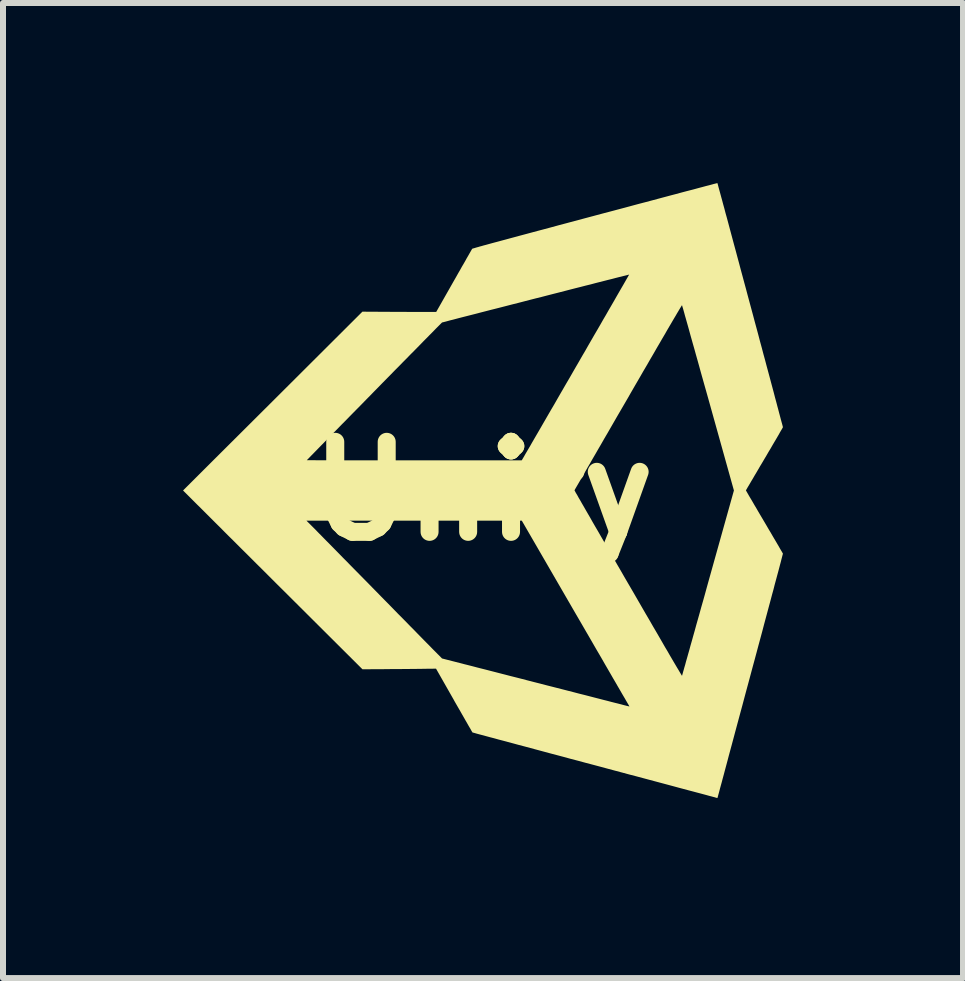
<source format=kicad_pcb>
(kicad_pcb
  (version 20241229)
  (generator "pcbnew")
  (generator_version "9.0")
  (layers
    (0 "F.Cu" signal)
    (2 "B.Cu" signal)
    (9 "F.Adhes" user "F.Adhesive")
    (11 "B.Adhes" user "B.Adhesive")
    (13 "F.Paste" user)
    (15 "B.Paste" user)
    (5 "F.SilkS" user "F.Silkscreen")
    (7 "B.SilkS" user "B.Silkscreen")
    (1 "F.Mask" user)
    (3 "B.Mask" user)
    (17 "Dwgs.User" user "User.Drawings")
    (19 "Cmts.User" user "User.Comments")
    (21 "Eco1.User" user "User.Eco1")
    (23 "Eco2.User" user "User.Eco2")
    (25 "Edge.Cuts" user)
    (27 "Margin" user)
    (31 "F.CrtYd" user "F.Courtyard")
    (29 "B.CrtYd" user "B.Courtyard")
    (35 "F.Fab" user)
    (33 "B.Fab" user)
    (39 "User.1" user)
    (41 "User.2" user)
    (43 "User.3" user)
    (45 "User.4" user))
  (footprint "Unity"
    (layer "F.Cu")
    (at 5 5.133)
    (property "Reference" "Unity" (at 0 0 0) (layer "F.SilkS") (effects (font (size 1.5 1.5) (thickness 0.3))))
    (attr board_only exclude_from_pos_files exclude_from_bom)
    (fp_poly (pts (xy 3.904 -5.128) (xy 3.908 -5.116) (xy 3.913 -5.097) (xy 3.92 -5.07) (xy 3.929 -5.037) (xy 3.94 -4.997) (xy 3.953 -4.95) (xy 3.967 -4.898) (xy 3.983 -4.84) (xy 4 -4.776) (xy 4.019 -4.708) (xy 4.038 -4.634) (xy 4.06 -4.556) (xy 4.082 -4.474) (xy 4.105 -4.388) (xy 4.129 -4.298) (xy 4.154 -4.205) (xy 4.18 -4.108) (xy 4.207 -4.009) (xy 4.234 -3.908) (xy 4.262 -3.804) (xy 4.29 -3.698) (xy 4.319 -3.591) (xy 4.348 -3.483) (xy 4.378 -3.373) (xy 4.407 -3.263) (xy 4.437 -3.152) (xy 4.467 -3.041) (xy 4.497 -2.93) (xy 4.526 -2.82) (xy 4.556 -2.71) (xy 4.585 -2.602) (xy 4.613 -2.495) (xy 4.642 -2.389) (xy 4.669 -2.286) (xy 4.697 -2.184) (xy 4.723 -2.085) (xy 4.749 -1.989) (xy 4.774 -1.896) (xy 4.798 -1.806) (xy 4.821 -1.72) (xy 4.843 -1.638) (xy 4.863 -1.56) (xy 4.883 -1.487) (xy 4.901 -1.418) (xy 4.918 -1.355) (xy 4.933 -1.297) (xy 4.947 -1.245) (xy 4.959 -1.199) (xy 4.97 -1.159) (xy 4.979 -1.126) (xy 4.986 -1.1) (xy 4.991 -1.08) (xy 4.994 -1.069) (xy 4.994 -1.065) (xy 4.992 -1.06) (xy 4.986 -1.049) (xy 4.976 -1.031) (xy 4.962 -1.008) (xy 4.945 -0.979) (xy 4.926 -0.944) (xy 4.903 -0.905) (xy 4.878 -0.862) (xy 4.85 -0.815) (xy 4.82 -0.764) (xy 4.789 -0.71) (xy 4.755 -0.654) (xy 4.721 -0.595) (xy 4.686 -0.536) (xy 4.65 -0.475) (xy 4.615 -0.417) (xy 4.582 -0.36) (xy 4.551 -0.307) (xy 4.521 -0.257) (xy 4.494 -0.21) (xy 4.468 -0.167) (xy 4.446 -0.129) (xy 4.426 -0.095) (xy 4.409 -0.067) (xy 4.396 -0.044) (xy 4.386 -0.027) (xy 4.38 -0.016) (xy 4.378 -0.013) (xy 4.38 -0.009) (xy 4.386 0.002) (xy 4.396 0.019) (xy 4.409 0.042) (xy 4.425 0.07) (xy 4.445 0.104) (xy 4.468 0.142) (xy 4.493 0.185) (xy 4.52 0.232) (xy 4.55 0.282) (xy 4.581 0.336) (xy 4.614 0.392) (xy 4.649 0.451) (xy 4.685 0.512) (xy 4.685 0.512) (xy 4.721 0.573) (xy 4.755 0.632) (xy 4.789 0.688) (xy 4.82 0.742) (xy 4.85 0.793) (xy 4.878 0.84) (xy 4.903 0.883) (xy 4.926 0.922) (xy 4.945 0.956) (xy 4.962 0.985) (xy 4.976 1.008) (xy 4.986 1.026) (xy 4.992 1.037) (xy 4.994 1.041) (xy 4.994 1.046) (xy 4.99 1.058) (xy 4.985 1.078) (xy 4.978 1.105) (xy 4.969 1.139) (xy 4.959 1.18) (xy 4.946 1.228) (xy 4.932 1.282) (xy 4.916 1.342) (xy 4.898 1.408) (xy 4.879 1.479) (xy 4.858 1.556) (xy 4.837 1.639) (xy 4.813 1.726) (xy 4.789 1.817) (xy 4.763 1.913) (xy 4.736 2.014) (xy 4.708 2.118) (xy 4.679 2.226) (xy 4.65 2.337) (xy 4.619 2.452) (xy 4.587 2.57) (xy 4.555 2.69) (xy 4.522 2.813) (xy 4.488 2.938) (xy 4.454 3.065) (xy 4.454 3.065) (xy 4.42 3.192) (xy 4.386 3.317) (xy 4.353 3.44) (xy 4.321 3.561) (xy 4.289 3.679) (xy 4.258 3.794) (xy 4.228 3.905) (xy 4.199 4.013) (xy 4.171 4.118) (xy 4.144 4.219) (xy 4.118 4.315) (xy 4.093 4.407) (xy 4.07 4.495) (xy 4.048 4.577) (xy 4.027 4.655) (xy 4.008 4.727) (xy 3.99 4.793) (xy 3.974 4.854) (xy 3.959 4.908) (xy 3.946 4.956) (xy 3.935 4.998) (xy 3.926 5.032) (xy 3.918 5.06) (xy 3.913 5.08) (xy 3.909 5.093) (xy 3.908 5.098) (xy 3.905 5.108) (xy 3.902 5.113) (xy 3.901 5.113) (xy 3.896 5.112) (xy 3.885 5.109) (xy 3.871 5.105) (xy 3.865 5.103) (xy 3.852 5.099) (xy 3.831 5.094) (xy 3.802 5.086) (xy 3.767 5.077) (xy 3.724 5.065) (xy 3.676 5.052) (xy 3.62 5.037) (xy 3.559 5.021) (xy 3.492 5.003) (xy 3.419 4.984) (xy 3.341 4.963) (xy 3.258 4.941) (xy 3.17 4.917) (xy 3.077 4.892) (xy 2.98 4.866) (xy 2.879 4.839) (xy 2.774 4.811) (xy 2.666 4.782) (xy 2.554 4.752) (xy 2.438 4.722) (xy 2.32 4.69) (xy 2.2 4.658) (xy 2.077 4.625) (xy 1.951 4.591) (xy 1.835 4.56) (xy 1.709 4.527) (xy 1.584 4.493) (xy 1.461 4.461) (xy 1.341 4.428) (xy 1.224 4.397) (xy 1.11 4.367) (xy 0.999 4.337) (xy 0.891 4.308) (xy 0.787 4.28) (xy 0.687 4.253) (xy 0.591 4.228) (xy 0.5 4.203) (xy 0.413 4.18) (xy 0.332 4.158) (xy 0.255 4.138) (xy 0.184 4.118) (xy 0.118 4.101) (xy 0.059 4.085) (xy 0.005 4.07) (xy -0.042 4.058) (xy -0.083 4.047) (xy -0.116 4.038) (xy -0.143 4.03) (xy -0.162 4.025) (xy -0.174 4.022) (xy -0.178 4.021) (xy -0.18 4.017) (xy -0.187 4.006) (xy -0.197 3.989) (xy -0.21 3.965) (xy -0.227 3.936) (xy -0.247 3.902) (xy -0.269 3.863) (xy -0.294 3.82) (xy -0.321 3.772) (xy -0.35 3.722) (xy -0.381 3.667) (xy -0.414 3.61) (xy -0.448 3.551) (xy -0.483 3.49) (xy -0.484 3.487) (xy -0.785 2.958) (xy -0.99 2.96) (xy -1.025 2.961) (xy -1.067 2.961) (xy -1.116 2.962) (xy -1.17 2.962) (xy -1.228 2.963) (xy -1.29 2.963) (xy -1.353 2.964) (xy -1.419 2.964) (xy -1.484 2.965) (xy -1.549 2.965) (xy -1.603 2.966) (xy -2.011 2.968) (xy -3.336 1.648) (xy -3.426 1.559) (xy -3.515 1.47) (xy -3.603 1.382) (xy -3.689 1.296) (xy -3.775 1.211) (xy -3.858 1.128) (xy -3.94 1.046) (xy -4.02 0.967) (xy -4.097 0.89) (xy -4.172 0.815) (xy -4.244 0.744) (xy -4.313 0.675) (xy -4.378 0.609) (xy -4.441 0.547) (xy -4.496 0.492) (xy -2.944 0.492) (xy -2.843 0.593) (xy -2.832 0.604) (xy -2.816 0.62) (xy -2.794 0.642) (xy -2.767 0.67) (xy -2.736 0.702) (xy -2.699 0.739) (xy -2.659 0.78) (xy -2.614 0.826) (xy -2.565 0.875) (xy -2.513 0.928) (xy -2.457 0.985) (xy -2.398 1.045) (xy -2.337 1.108) (xy -2.272 1.173) (xy -2.206 1.241) (xy -2.137 1.311) (xy -2.066 1.383) (xy -1.993 1.457) (xy -1.919 1.532) (xy -1.844 1.609) (xy -1.775 1.679) (xy -1.7 1.756) (xy -1.625 1.832) (xy -1.552 1.906) (xy -1.481 1.979) (xy -1.412 2.05) (xy -1.344 2.118) (xy -1.279 2.184) (xy -1.217 2.248) (xy -1.157 2.308) (xy -1.101 2.366) (xy -1.048 2.42) (xy -0.998 2.471) (xy -0.952 2.518) (xy -0.91 2.56) (xy -0.872 2.599) (xy -0.839 2.633) (xy -0.81 2.662) (xy -0.786 2.686) (xy -0.767 2.705) (xy -0.754 2.719) (xy -0.746 2.726) (xy -0.746 2.726) (xy -0.685 2.788) (xy -0.344 2.875) (xy -0.311 2.884) (xy -0.27 2.894) (xy -0.223 2.906) (xy -0.168 2.92) (xy -0.108 2.936) (xy -0.041 2.953) (xy 0.031 2.971) (xy 0.108 2.991) (xy 0.19 3.012) (xy 0.275 3.034) (xy 0.365 3.057) (xy 0.457 3.081) (xy 0.553 3.105) (xy 0.651 3.13) (xy 0.75 3.156) (xy 0.851 3.182) (xy 0.954 3.208) (xy 1.057 3.235) (xy 1.16 3.261) (xy 1.215 3.275) (xy 1.313 3.3) (xy 1.41 3.325) (xy 1.504 3.349) (xy 1.595 3.373) (xy 1.684 3.395) (xy 1.769 3.417) (xy 1.85 3.438) (xy 1.928 3.458) (xy 2.001 3.477) (xy 2.069 3.494) (xy 2.133 3.511) (xy 2.192 3.526) (xy 2.245 3.539) (xy 2.292 3.551) (xy 2.333 3.562) (xy 2.367 3.571) (xy 2.395 3.578) (xy 2.416 3.583) (xy 2.429 3.586) (xy 2.435 3.588) (xy 2.435 3.588) (xy 2.436 3.585) (xy 2.433 3.579) (xy 2.43 3.574) (xy 2.424 3.563) (xy 2.413 3.545) (xy 2.399 3.521) (xy 2.381 3.49) (xy 2.36 3.453) (xy 2.335 3.411) (xy 2.307 3.363) (xy 2.276 3.309) (xy 2.242 3.251) (xy 2.206 3.188) (xy 2.166 3.12) (xy 2.124 3.047) (xy 2.08 2.971) (xy 2.033 2.89) (xy 1.985 2.806) (xy 1.934 2.718) (xy 1.881 2.628) (xy 1.827 2.534) (xy 1.771 2.437) (xy 1.714 2.339) (xy 1.655 2.237) (xy 1.595 2.134) (xy 1.535 2.031) (xy 0.644 0.492) (xy -1.15 0.492) (xy -2.944 0.492) (xy -4.496 0.492) (xy -4.499 0.489) (xy -4.554 0.434) (xy -4.605 0.383) (xy -4.651 0.337) (xy -4.693 0.295) (xy -4.73 0.258) (xy -4.763 0.226) (xy -4.79 0.199) (xy -4.811 0.178) (xy -4.827 0.162) (xy -4.83 0.159) (xy -5 -0.011) (xy -4.997 -0.014) (xy 1.522 -0.014) (xy 1.524 -0.01) (xy 1.53 0.001) (xy 1.539 0.019) (xy 1.553 0.043) (xy 1.571 0.073) (xy 1.591 0.11) (xy 1.616 0.152) (xy 1.643 0.2) (xy 1.674 0.253) (xy 1.707 0.311) (xy 1.744 0.375) (xy 1.783 0.442) (xy 1.824 0.515) (xy 1.868 0.591) (xy 1.915 0.671) (xy 1.963 0.755) (xy 2.014 0.843) (xy 2.066 0.933) (xy 2.12 1.027) (xy 2.176 1.124) (xy 2.233 1.223) (xy 2.292 1.324) (xy 2.351 1.427) (xy 2.412 1.532) (xy 2.415 1.537) (xy 2.495 1.674) (xy 2.57 1.804) (xy 2.641 1.927) (xy 2.708 2.043) (xy 2.772 2.152) (xy 2.831 2.255) (xy 2.887 2.35) (xy 2.939 2.44) (xy 2.987 2.523) (xy 3.031 2.6) (xy 3.073 2.67) (xy 3.11 2.735) (xy 3.144 2.793) (xy 3.175 2.846) (xy 3.203 2.893) (xy 3.227 2.934) (xy 3.249 2.97) (xy 3.267 3.001) (xy 3.282 3.026) (xy 3.294 3.046) (xy 3.303 3.061) (xy 3.309 3.071) (xy 3.313 3.076) (xy 3.313 3.076) (xy 3.315 3.072) (xy 3.318 3.06) (xy 3.324 3.04) (xy 3.331 3.013) (xy 3.341 2.979) (xy 3.352 2.939) (xy 3.366 2.892) (xy 3.38 2.839) (xy 3.397 2.78) (xy 3.415 2.716) (xy 3.435 2.646) (xy 3.455 2.572) (xy 3.478 2.492) (xy 3.501 2.409) (xy 3.526 2.321) (xy 3.551 2.229) (xy 3.578 2.134) (xy 3.606 2.035) (xy 3.634 1.933) (xy 3.664 1.829) (xy 3.694 1.722) (xy 3.724 1.612) (xy 3.747 1.529) (xy 4.178 -0.011) (xy 3.748 -1.551) (xy 3.717 -1.661) (xy 3.686 -1.77) (xy 3.656 -1.877) (xy 3.627 -1.98) (xy 3.599 -2.082) (xy 3.572 -2.179) (xy 3.545 -2.274) (xy 3.52 -2.365) (xy 3.495 -2.452) (xy 3.472 -2.534) (xy 3.45 -2.612) (xy 3.43 -2.686) (xy 3.411 -2.754) (xy 3.393 -2.817) (xy 3.377 -2.874) (xy 3.362 -2.926) (xy 3.35 -2.971) (xy 3.339 -3.01) (xy 3.33 -3.042) (xy 3.322 -3.067) (xy 3.317 -3.085) (xy 3.314 -3.095) (xy 3.314 -3.098) (xy 3.312 -3.097) (xy 3.309 -3.093) (xy 3.305 -3.085) (xy 3.298 -3.075) (xy 3.289 -3.06) (xy 3.278 -3.042) (xy 3.264 -3.019) (xy 3.249 -2.993) (xy 3.23 -2.962) (xy 3.21 -2.927) (xy 3.186 -2.887) (xy 3.16 -2.843) (xy 3.131 -2.793) (xy 3.099 -2.739) (xy 3.064 -2.679) (xy 3.027 -2.614) (xy 2.985 -2.543) (xy 2.941 -2.467) (xy 2.893 -2.385) (xy 2.842 -2.296) (xy 2.787 -2.202) (xy 2.729 -2.101) (xy 2.666 -1.994) (xy 2.6 -1.879) (xy 2.53 -1.759) (xy 2.456 -1.631) (xy 2.417 -1.562) (xy 2.356 -1.457) (xy 2.296 -1.354) (xy 2.237 -1.253) (xy 2.18 -1.154) (xy 2.124 -1.057) (xy 2.07 -0.963) (xy 2.017 -0.873) (xy 1.967 -0.785) (xy 1.918 -0.701) (xy 1.872 -0.621) (xy 1.827 -0.544) (xy 1.786 -0.472) (xy 1.746 -0.404) (xy 1.71 -0.341) (xy 1.676 -0.282) (xy 1.645 -0.229) (xy 1.618 -0.181) (xy 1.593 -0.138) (xy 1.572 -0.102) (xy 1.554 -0.071) (xy 1.54 -0.047) (xy 1.53 -0.029) (xy 1.524 -0.018) (xy 1.522 -0.014) (xy 1.522 -0.014) (xy -4.997 -0.014) (xy -4.494 -0.516) (xy -2.938 -0.516) (xy -2.933 -0.516) (xy -2.921 -0.516) (xy -2.901 -0.515) (xy -2.874 -0.515) (xy -2.839 -0.515) (xy -2.797 -0.515) (xy -2.749 -0.514) (xy -2.694 -0.514) (xy -2.633 -0.514) (xy -2.566 -0.514) (xy -2.493 -0.514) (xy -2.415 -0.514) (xy -2.332 -0.513) (xy -2.244 -0.513) (xy -2.151 -0.513) (xy -2.055 -0.513) (xy -1.954 -0.513) (xy -1.849 -0.513) (xy -1.741 -0.513) (xy -1.63 -0.513) (xy -1.515 -0.513) (xy -1.399 -0.513) (xy -1.279 -0.513) (xy -1.158 -0.513) (xy -1.148 -0.513) (xy 0.642 -0.513) (xy 0.652 -0.528) (xy 0.655 -0.534) (xy 0.663 -0.547) (xy 0.674 -0.566) (xy 0.689 -0.592) (xy 0.707 -0.624) (xy 0.729 -0.661) (xy 0.754 -0.704) (xy 0.782 -0.751) (xy 0.812 -0.804) (xy 0.845 -0.861) (xy 0.881 -0.923) (xy 0.919 -0.988) (xy 0.959 -1.057) (xy 1.001 -1.13) (xy 1.045 -1.206) (xy 1.09 -1.284) (xy 1.137 -1.365) (xy 1.186 -1.448) (xy 1.235 -1.534) (xy 1.285 -1.621) (xy 1.336 -1.709) (xy 1.388 -1.799) (xy 1.441 -1.889) (xy 1.493 -1.98) (xy 1.546 -2.072) (xy 1.599 -2.163) (xy 1.651 -2.254) (xy 1.704 -2.344) (xy 1.755 -2.434) (xy 1.806 -2.522) (xy 1.856 -2.609) (xy 1.906 -2.694) (xy 1.954 -2.777) (xy 2 -2.858) (xy 2.046 -2.936) (xy 2.089 -3.012) (xy 2.131 -3.084) (xy 2.171 -3.153) (xy 2.208 -3.218) (xy 2.243 -3.279) (xy 2.276 -3.336) (xy 2.306 -3.388) (xy 2.334 -3.436) (xy 2.358 -3.478) (xy 2.379 -3.515) (xy 2.397 -3.546) (xy 2.411 -3.571) (xy 2.422 -3.59) (xy 2.429 -3.602) (xy 2.432 -3.607) (xy 2.432 -3.608) (xy 2.428 -3.607) (xy 2.416 -3.604) (xy 2.397 -3.599) (xy 2.37 -3.592) (xy 2.337 -3.584) (xy 2.298 -3.574) (xy 2.252 -3.563) (xy 2.201 -3.55) (xy 2.145 -3.535) (xy 2.083 -3.52) (xy 2.017 -3.503) (xy 1.946 -3.485) (xy 1.871 -3.466) (xy 1.793 -3.445) (xy 1.711 -3.425) (xy 1.626 -3.403) (xy 1.538 -3.381) (xy 1.448 -3.358) (xy 1.356 -3.334) (xy 1.263 -3.31) (xy 1.168 -3.286) (xy 1.071 -3.261) (xy 0.975 -3.236) (xy 0.878 -3.212) (xy 0.78 -3.187) (xy 0.684 -3.162) (xy 0.588 -3.137) (xy 0.492 -3.113) (xy 0.399 -3.089) (xy 0.306 -3.065) (xy 0.216 -3.042) (xy 0.128 -3.02) (xy 0.043 -2.998) (xy -0.039 -2.977) (xy -0.118 -2.956) (xy -0.193 -2.937) (xy -0.264 -2.919) (xy -0.331 -2.902) (xy -0.393 -2.886) (xy -0.45 -2.871) (xy -0.502 -2.857) (xy -0.548 -2.846) (xy -0.588 -2.835) (xy -0.621 -2.826) (xy -0.648 -2.819) (xy -0.668 -2.814) (xy -0.681 -2.811) (xy -0.686 -2.809) (xy -0.686 -2.809) (xy -0.689 -2.806) (xy -0.698 -2.797) (xy -0.712 -2.783) (xy -0.732 -2.763) (xy -0.756 -2.739) (xy -0.785 -2.71) (xy -0.818 -2.676) (xy -0.855 -2.638) (xy -0.897 -2.596) (xy -0.941 -2.551) (xy -0.99 -2.502) (xy -1.041 -2.449) (xy -1.095 -2.394) (xy -1.152 -2.336) (xy -1.212 -2.276) (xy -1.273 -2.213) (xy -1.337 -2.149) (xy -1.402 -2.082) (xy -1.469 -2.015) (xy -1.536 -1.946) (xy -1.605 -1.876) (xy -1.675 -1.805) (xy -1.745 -1.733) (xy -1.815 -1.662) (xy -1.885 -1.59) (xy -1.955 -1.519) (xy -2.024 -1.448) (xy -2.093 -1.378) (xy -2.161 -1.309) (xy -2.227 -1.242) (xy -2.292 -1.175) (xy -2.356 -1.111) (xy -2.417 -1.048) (xy -2.476 -0.988) (xy -2.533 -0.93) (xy -2.587 -0.875) (xy -2.638 -0.823) (xy -2.686 -0.774) (xy -2.731 -0.728) (xy -2.771 -0.687) (xy -2.808 -0.649) (xy -2.841 -0.615) (xy -2.87 -0.586) (xy -2.893 -0.562) (xy -2.912 -0.542) (xy -2.926 -0.528) (xy -2.935 -0.519) (xy -2.938 -0.516) (xy -4.494 -0.516) (xy -3.506 -1.5) (xy -2.012 -2.99) (xy -1.653 -2.988) (xy -1.591 -2.988) (xy -1.525 -2.987) (xy -1.457 -2.987) (xy -1.389 -2.987) (xy -1.32 -2.987) (xy -1.254 -2.986) (xy -1.191 -2.986) (xy -1.132 -2.986) (xy -1.079 -2.986) (xy -1.038 -2.986) (xy -0.782 -2.986) (xy -0.486 -3.507) (xy -0.451 -3.568) (xy -0.418 -3.627) (xy -0.385 -3.684) (xy -0.355 -3.738) (xy -0.325 -3.789) (xy -0.298 -3.836) (xy -0.274 -3.88) (xy -0.251 -3.919) (xy -0.232 -3.953) (xy -0.215 -3.982) (xy -0.202 -4.005) (xy -0.192 -4.022) (xy -0.186 -4.033) (xy -0.183 -4.037) (xy -0.182 -4.038) (xy -0.178 -4.04) (xy -0.173 -4.042) (xy -0.165 -4.044) (xy -0.154 -4.047) (xy -0.14 -4.051) (xy -0.124 -4.056) (xy -0.104 -4.062) (xy -0.081 -4.068) (xy -0.055 -4.076) (xy -0.024 -4.084) (xy 0.01 -4.094) (xy 0.049 -4.104) (xy 0.092 -4.116) (xy 0.139 -4.129) (xy 0.191 -4.143) (xy 0.248 -4.158) (xy 0.31 -4.175) (xy 0.378 -4.193) (xy 0.451 -4.213) (xy 0.529 -4.234) (xy 0.614 -4.257) (xy 0.704 -4.281) (xy 0.801 -4.307) (xy 0.905 -4.335) (xy 1.015 -4.364) (xy 1.131 -4.395) (xy 1.255 -4.429) (xy 1.387 -4.464) (xy 1.525 -4.501) (xy 1.671 -4.54) (xy 1.825 -4.581) (xy 1.862 -4.591) (xy 1.989 -4.625) (xy 2.115 -4.658) (xy 2.239 -4.691) (xy 2.36 -4.723) (xy 2.478 -4.755) (xy 2.593 -4.786) (xy 2.705 -4.815) (xy 2.814 -4.844) (xy 2.918 -4.872) (xy 3.019 -4.899) (xy 3.116 -4.925) (xy 3.208 -4.949) (xy 3.296 -4.973) (xy 3.379 -4.995) (xy 3.457 -5.015) (xy 3.529 -5.034) (xy 3.595 -5.052) (xy 3.656 -5.068) (xy 3.711 -5.083) (xy 3.759 -5.095) (xy 3.801 -5.106) (xy 3.836 -5.116) (xy 3.864 -5.123) (xy 3.884 -5.128) (xy 3.897 -5.131) (xy 3.903 -5.133) (xy 3.903 -5.133)) (stroke (width 0) (type solid)) (fill yes) (layer "F.SilkS")))
  (gr_rect
    (start -3 -3)
    (end 12.995 13.246)
    (stroke (width 0.1) (type default))
    (fill no)
    (layer "Edge.Cuts")))
</source>
